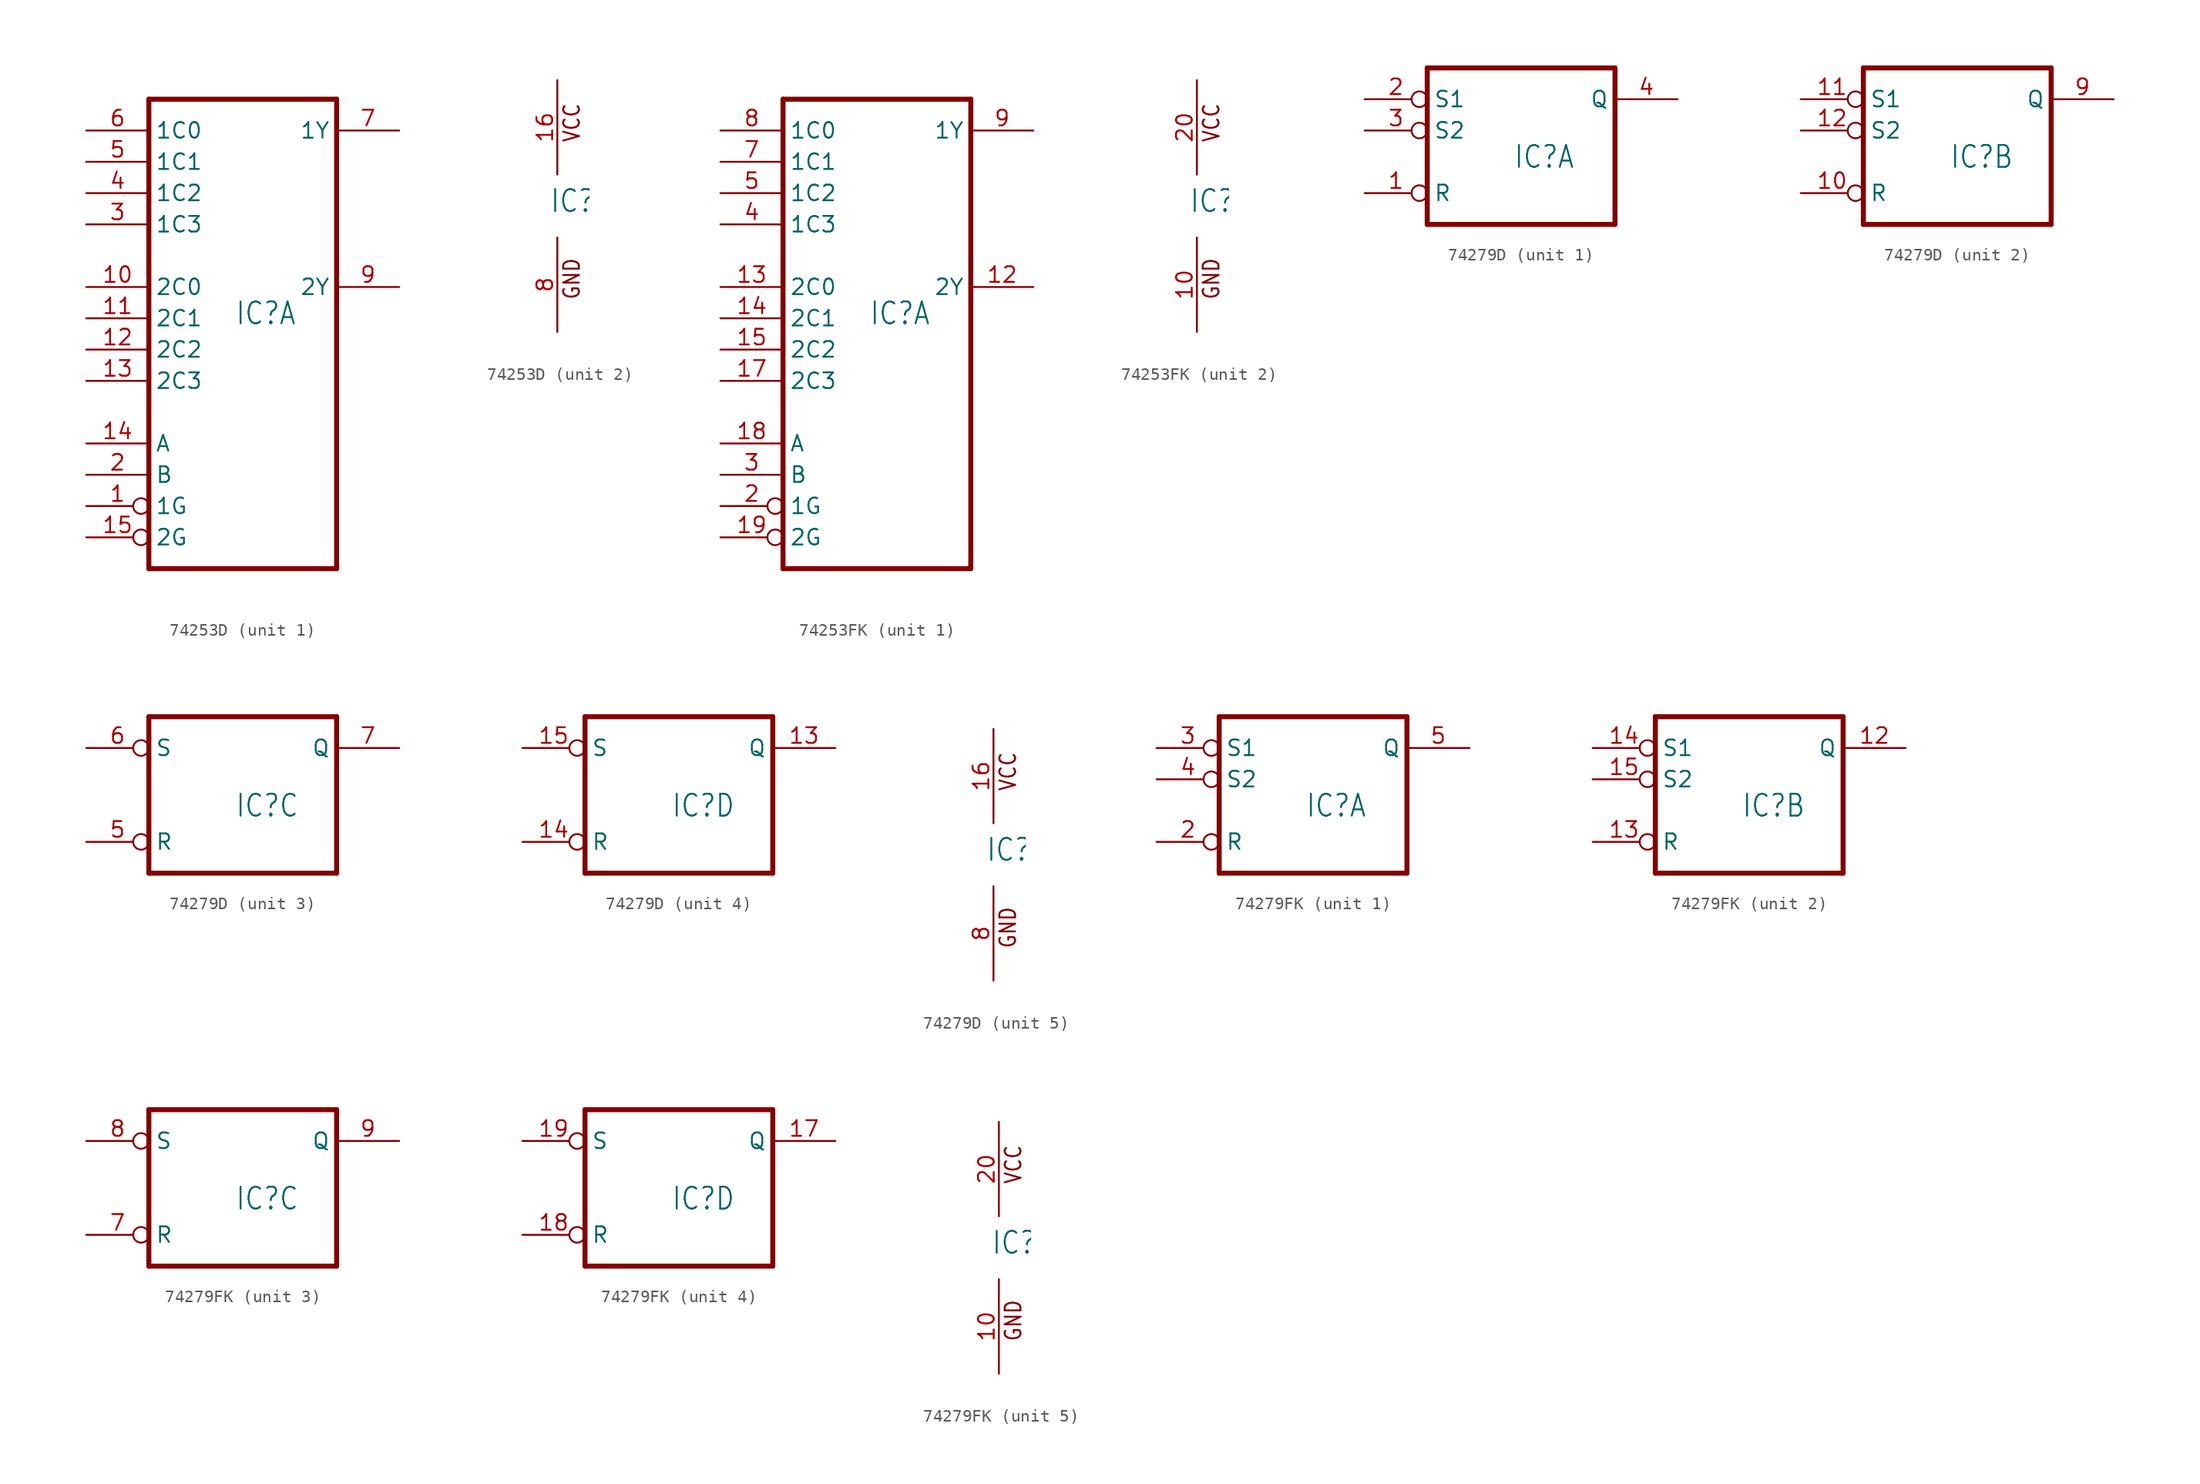
<source format=kicad_sym>
(kicad_symbol_lib
  (version 20231120)
  (generator "kicad_symbol_editor")
  (generator_version "8.0")
  (symbol "74253D"
    (property "Reference" "IC"
      (at -0.635 -0.635 0)
      (effects (font (size 1.778 1.511)) (justify left bottom)))
    (property "ki_locked" ""
      (at 0 0 0)
      (effects (font (size 1.27 1.27))))
    (symbol "74253D_1_0"
      (polyline (pts (xy -7.62 -20.32) (xy 7.62 -20.32)) (stroke (width 0.406) (type solid)) (fill (type none)))
      (polyline (pts (xy -7.62 17.78) (xy -7.62 -20.32)) (stroke (width 0.406) (type solid)) (fill (type none)))
      (polyline (pts (xy 7.62 -20.32) (xy 7.62 17.78)) (stroke (width 0.406) (type solid)) (fill (type none)))
      (polyline (pts (xy 7.62 17.78) (xy -7.62 17.78)) (stroke (width 0.406) (type solid)) (fill (type none)))
      (pin input inverted (at -12.7 -15.24 0) (length 5.08) (name "1G" (effects (font (size 1.27 1.27)))) (number "1" (effects (font (size 1.27 1.27)))))
      (pin input line (at -12.7 2.54 0) (length 5.08) (name "2C0" (effects (font (size 1.27 1.27)))) (number "10" (effects (font (size 1.27 1.27)))))
      (pin input line (at -12.7 0 0) (length 5.08) (name "2C1" (effects (font (size 1.27 1.27)))) (number "11" (effects (font (size 1.27 1.27)))))
      (pin input line (at -12.7 -2.54 0) (length 5.08) (name "2C2" (effects (font (size 1.27 1.27)))) (number "12" (effects (font (size 1.27 1.27)))))
      (pin input line (at -12.7 -5.08 0) (length 5.08) (name "2C3" (effects (font (size 1.27 1.27)))) (number "13" (effects (font (size 1.27 1.27)))))
      (pin input line (at -12.7 -10.16 0) (length 5.08) (name "A" (effects (font (size 1.27 1.27)))) (number "14" (effects (font (size 1.27 1.27)))))
      (pin input inverted (at -12.7 -17.78 0) (length 5.08) (name "2G" (effects (font (size 1.27 1.27)))) (number "15" (effects (font (size 1.27 1.27)))))
      (pin input line (at -12.7 -12.7 0) (length 5.08) (name "B" (effects (font (size 1.27 1.27)))) (number "2" (effects (font (size 1.27 1.27)))))
      (pin input line (at -12.7 7.62 0) (length 5.08) (name "1C3" (effects (font (size 1.27 1.27)))) (number "3" (effects (font (size 1.27 1.27)))))
      (pin input line (at -12.7 10.16 0) (length 5.08) (name "1C2" (effects (font (size 1.27 1.27)))) (number "4" (effects (font (size 1.27 1.27)))))
      (pin input line (at -12.7 12.7 0) (length 5.08) (name "1C1" (effects (font (size 1.27 1.27)))) (number "5" (effects (font (size 1.27 1.27)))))
      (pin input line (at -12.7 15.24 0) (length 5.08) (name "1C0" (effects (font (size 1.27 1.27)))) (number "6" (effects (font (size 1.27 1.27)))))
      (pin tri_state line (at 12.7 15.24 180) (length 5.08) (name "1Y" (effects (font (size 1.27 1.27)))) (number "7" (effects (font (size 1.27 1.27)))))
      (pin tri_state line (at 12.7 2.54 180) (length 5.08) (name "2Y" (effects (font (size 1.27 1.27)))) (number "9" (effects (font (size 1.27 1.27))))))
    (symbol "74253D_2_0"
      (text "GND" (at 1.905 -7.62 900) (effects (font (size 1.27 1.079)) (justify left bottom)))
      (text "VCC" (at 1.905 5.08 900) (effects (font (size 1.27 1.079)) (justify left bottom)))
      (pin power_in line (at 0 10.16 270) (length 7.62) (name "VCC" (effects (font (size 0 0)))) (number "16" (effects (font (size 1.27 1.27)))))
      (pin power_in line (at 0 -10.16 90) (length 7.62) (name "GND" (effects (font (size 0 0)))) (number "8" (effects (font (size 1.27 1.27)))))))
  (symbol "74253FK"
    (property "Reference" "IC"
      (at -0.635 -0.635 0)
      (effects (font (size 1.778 1.511)) (justify left bottom)))
    (property "ki_locked" ""
      (at 0 0 0)
      (effects (font (size 1.27 1.27))))
    (symbol "74253FK_1_0"
      (polyline (pts (xy -7.62 -20.32) (xy 7.62 -20.32)) (stroke (width 0.406) (type solid)) (fill (type none)))
      (polyline (pts (xy -7.62 17.78) (xy -7.62 -20.32)) (stroke (width 0.406) (type solid)) (fill (type none)))
      (polyline (pts (xy 7.62 -20.32) (xy 7.62 17.78)) (stroke (width 0.406) (type solid)) (fill (type none)))
      (polyline (pts (xy 7.62 17.78) (xy -7.62 17.78)) (stroke (width 0.406) (type solid)) (fill (type none)))
      (pin tri_state line (at 12.7 2.54 180) (length 5.08) (name "2Y" (effects (font (size 1.27 1.27)))) (number "12" (effects (font (size 1.27 1.27)))))
      (pin input line (at -12.7 2.54 0) (length 5.08) (name "2C0" (effects (font (size 1.27 1.27)))) (number "13" (effects (font (size 1.27 1.27)))))
      (pin input line (at -12.7 0 0) (length 5.08) (name "2C1" (effects (font (size 1.27 1.27)))) (number "14" (effects (font (size 1.27 1.27)))))
      (pin input line (at -12.7 -2.54 0) (length 5.08) (name "2C2" (effects (font (size 1.27 1.27)))) (number "15" (effects (font (size 1.27 1.27)))))
      (pin input line (at -12.7 -5.08 0) (length 5.08) (name "2C3" (effects (font (size 1.27 1.27)))) (number "17" (effects (font (size 1.27 1.27)))))
      (pin input line (at -12.7 -10.16 0) (length 5.08) (name "A" (effects (font (size 1.27 1.27)))) (number "18" (effects (font (size 1.27 1.27)))))
      (pin input inverted (at -12.7 -17.78 0) (length 5.08) (name "2G" (effects (font (size 1.27 1.27)))) (number "19" (effects (font (size 1.27 1.27)))))
      (pin input inverted (at -12.7 -15.24 0) (length 5.08) (name "1G" (effects (font (size 1.27 1.27)))) (number "2" (effects (font (size 1.27 1.27)))))
      (pin input line (at -12.7 -12.7 0) (length 5.08) (name "B" (effects (font (size 1.27 1.27)))) (number "3" (effects (font (size 1.27 1.27)))))
      (pin input line (at -12.7 7.62 0) (length 5.08) (name "1C3" (effects (font (size 1.27 1.27)))) (number "4" (effects (font (size 1.27 1.27)))))
      (pin input line (at -12.7 10.16 0) (length 5.08) (name "1C2" (effects (font (size 1.27 1.27)))) (number "5" (effects (font (size 1.27 1.27)))))
      (pin input line (at -12.7 12.7 0) (length 5.08) (name "1C1" (effects (font (size 1.27 1.27)))) (number "7" (effects (font (size 1.27 1.27)))))
      (pin input line (at -12.7 15.24 0) (length 5.08) (name "1C0" (effects (font (size 1.27 1.27)))) (number "8" (effects (font (size 1.27 1.27)))))
      (pin tri_state line (at 12.7 15.24 180) (length 5.08) (name "1Y" (effects (font (size 1.27 1.27)))) (number "9" (effects (font (size 1.27 1.27))))))
    (symbol "74253FK_2_0"
      (text "GND" (at 1.905 -7.62 900) (effects (font (size 1.27 1.079)) (justify left bottom)))
      (text "VCC" (at 1.905 5.08 900) (effects (font (size 1.27 1.079)) (justify left bottom)))
      (pin power_in line (at 0 -10.16 90) (length 7.62) (name "GND" (effects (font (size 0 0)))) (number "10" (effects (font (size 1.27 1.27)))))
      (pin power_in line (at 0 10.16 270) (length 7.62) (name "VCC" (effects (font (size 0 0)))) (number "20" (effects (font (size 1.27 1.27)))))))
  (symbol "74279D"
    (property "Reference" "IC"
      (at -0.635 -0.635 0)
      (effects (font (size 1.778 1.511)) (justify left bottom)))
    (property "ki_locked" ""
      (at 0 0 0)
      (effects (font (size 1.27 1.27))))
    (symbol "74279D_1_0"
      (polyline (pts (xy -7.62 -5.08) (xy 7.62 -5.08)) (stroke (width 0.406) (type solid)) (fill (type none)))
      (polyline (pts (xy -7.62 7.62) (xy -7.62 -5.08)) (stroke (width 0.406) (type solid)) (fill (type none)))
      (polyline (pts (xy 7.62 -5.08) (xy 7.62 7.62)) (stroke (width 0.406) (type solid)) (fill (type none)))
      (polyline (pts (xy 7.62 7.62) (xy -7.62 7.62)) (stroke (width 0.406) (type solid)) (fill (type none)))
      (pin input inverted (at -12.7 -2.54 0) (length 5.08) (name "R" (effects (font (size 1.27 1.27)))) (number "1" (effects (font (size 1.27 1.27)))))
      (pin input inverted (at -12.7 5.08 0) (length 5.08) (name "S1" (effects (font (size 1.27 1.27)))) (number "2" (effects (font (size 1.27 1.27)))))
      (pin input inverted (at -12.7 2.54 0) (length 5.08) (name "S2" (effects (font (size 1.27 1.27)))) (number "3" (effects (font (size 1.27 1.27)))))
      (pin output line (at 12.7 5.08 180) (length 5.08) (name "Q" (effects (font (size 1.27 1.27)))) (number "4" (effects (font (size 1.27 1.27))))))
    (symbol "74279D_2_0"
      (polyline (pts (xy -7.62 -5.08) (xy 7.62 -5.08)) (stroke (width 0.406) (type solid)) (fill (type none)))
      (polyline (pts (xy -7.62 7.62) (xy -7.62 -5.08)) (stroke (width 0.406) (type solid)) (fill (type none)))
      (polyline (pts (xy 7.62 -5.08) (xy 7.62 7.62)) (stroke (width 0.406) (type solid)) (fill (type none)))
      (polyline (pts (xy 7.62 7.62) (xy -7.62 7.62)) (stroke (width 0.406) (type solid)) (fill (type none)))
      (pin input inverted (at -12.7 -2.54 0) (length 5.08) (name "R" (effects (font (size 1.27 1.27)))) (number "10" (effects (font (size 1.27 1.27)))))
      (pin input inverted (at -12.7 5.08 0) (length 5.08) (name "S1" (effects (font (size 1.27 1.27)))) (number "11" (effects (font (size 1.27 1.27)))))
      (pin input inverted (at -12.7 2.54 0) (length 5.08) (name "S2" (effects (font (size 1.27 1.27)))) (number "12" (effects (font (size 1.27 1.27)))))
      (pin output line (at 12.7 5.08 180) (length 5.08) (name "Q" (effects (font (size 1.27 1.27)))) (number "9" (effects (font (size 1.27 1.27))))))
    (symbol "74279D_3_0"
      (polyline (pts (xy -7.62 -5.08) (xy 7.62 -5.08)) (stroke (width 0.406) (type solid)) (fill (type none)))
      (polyline (pts (xy -7.62 7.62) (xy -7.62 -5.08)) (stroke (width 0.406) (type solid)) (fill (type none)))
      (polyline (pts (xy 7.62 -5.08) (xy 7.62 7.62)) (stroke (width 0.406) (type solid)) (fill (type none)))
      (polyline (pts (xy 7.62 7.62) (xy -7.62 7.62)) (stroke (width 0.406) (type solid)) (fill (type none)))
      (pin input inverted (at -12.7 -2.54 0) (length 5.08) (name "R" (effects (font (size 1.27 1.27)))) (number "5" (effects (font (size 1.27 1.27)))))
      (pin input inverted (at -12.7 5.08 0) (length 5.08) (name "S" (effects (font (size 1.27 1.27)))) (number "6" (effects (font (size 1.27 1.27)))))
      (pin output line (at 12.7 5.08 180) (length 5.08) (name "Q" (effects (font (size 1.27 1.27)))) (number "7" (effects (font (size 1.27 1.27))))))
    (symbol "74279D_4_0"
      (polyline (pts (xy -7.62 -5.08) (xy 7.62 -5.08)) (stroke (width 0.406) (type solid)) (fill (type none)))
      (polyline (pts (xy -7.62 7.62) (xy -7.62 -5.08)) (stroke (width 0.406) (type solid)) (fill (type none)))
      (polyline (pts (xy 7.62 -5.08) (xy 7.62 7.62)) (stroke (width 0.406) (type solid)) (fill (type none)))
      (polyline (pts (xy 7.62 7.62) (xy -7.62 7.62)) (stroke (width 0.406) (type solid)) (fill (type none)))
      (pin output line (at 12.7 5.08 180) (length 5.08) (name "Q" (effects (font (size 1.27 1.27)))) (number "13" (effects (font (size 1.27 1.27)))))
      (pin input inverted (at -12.7 -2.54 0) (length 5.08) (name "R" (effects (font (size 1.27 1.27)))) (number "14" (effects (font (size 1.27 1.27)))))
      (pin input inverted (at -12.7 5.08 0) (length 5.08) (name "S" (effects (font (size 1.27 1.27)))) (number "15" (effects (font (size 1.27 1.27))))))
    (symbol "74279D_5_0"
      (text "GND" (at 1.905 -7.62 900) (effects (font (size 1.27 1.079)) (justify left bottom)))
      (text "VCC" (at 1.905 5.08 900) (effects (font (size 1.27 1.079)) (justify left bottom)))
      (pin power_in line (at 0 10.16 270) (length 7.62) (name "VCC" (effects (font (size 0 0)))) (number "16" (effects (font (size 1.27 1.27)))))
      (pin power_in line (at 0 -10.16 90) (length 7.62) (name "GND" (effects (font (size 0 0)))) (number "8" (effects (font (size 1.27 1.27)))))))
  (symbol "74279FK"
    (property "Reference" "IC"
      (at -0.635 -0.635 0)
      (effects (font (size 1.778 1.511)) (justify left bottom)))
    (property "ki_locked" ""
      (at 0 0 0)
      (effects (font (size 1.27 1.27))))
    (symbol "74279FK_1_0"
      (polyline (pts (xy -7.62 -5.08) (xy 7.62 -5.08)) (stroke (width 0.406) (type solid)) (fill (type none)))
      (polyline (pts (xy -7.62 7.62) (xy -7.62 -5.08)) (stroke (width 0.406) (type solid)) (fill (type none)))
      (polyline (pts (xy 7.62 -5.08) (xy 7.62 7.62)) (stroke (width 0.406) (type solid)) (fill (type none)))
      (polyline (pts (xy 7.62 7.62) (xy -7.62 7.62)) (stroke (width 0.406) (type solid)) (fill (type none)))
      (pin input inverted (at -12.7 -2.54 0) (length 5.08) (name "R" (effects (font (size 1.27 1.27)))) (number "2" (effects (font (size 1.27 1.27)))))
      (pin input inverted (at -12.7 5.08 0) (length 5.08) (name "S1" (effects (font (size 1.27 1.27)))) (number "3" (effects (font (size 1.27 1.27)))))
      (pin input inverted (at -12.7 2.54 0) (length 5.08) (name "S2" (effects (font (size 1.27 1.27)))) (number "4" (effects (font (size 1.27 1.27)))))
      (pin output line (at 12.7 5.08 180) (length 5.08) (name "Q" (effects (font (size 1.27 1.27)))) (number "5" (effects (font (size 1.27 1.27))))))
    (symbol "74279FK_2_0"
      (polyline (pts (xy -7.62 -5.08) (xy 7.62 -5.08)) (stroke (width 0.406) (type solid)) (fill (type none)))
      (polyline (pts (xy -7.62 7.62) (xy -7.62 -5.08)) (stroke (width 0.406) (type solid)) (fill (type none)))
      (polyline (pts (xy 7.62 -5.08) (xy 7.62 7.62)) (stroke (width 0.406) (type solid)) (fill (type none)))
      (polyline (pts (xy 7.62 7.62) (xy -7.62 7.62)) (stroke (width 0.406) (type solid)) (fill (type none)))
      (pin output line (at 12.7 5.08 180) (length 5.08) (name "Q" (effects (font (size 1.27 1.27)))) (number "12" (effects (font (size 1.27 1.27)))))
      (pin input inverted (at -12.7 -2.54 0) (length 5.08) (name "R" (effects (font (size 1.27 1.27)))) (number "13" (effects (font (size 1.27 1.27)))))
      (pin input inverted (at -12.7 5.08 0) (length 5.08) (name "S1" (effects (font (size 1.27 1.27)))) (number "14" (effects (font (size 1.27 1.27)))))
      (pin input inverted (at -12.7 2.54 0) (length 5.08) (name "S2" (effects (font (size 1.27 1.27)))) (number "15" (effects (font (size 1.27 1.27))))))
    (symbol "74279FK_3_0"
      (polyline (pts (xy -7.62 -5.08) (xy 7.62 -5.08)) (stroke (width 0.406) (type solid)) (fill (type none)))
      (polyline (pts (xy -7.62 7.62) (xy -7.62 -5.08)) (stroke (width 0.406) (type solid)) (fill (type none)))
      (polyline (pts (xy 7.62 -5.08) (xy 7.62 7.62)) (stroke (width 0.406) (type solid)) (fill (type none)))
      (polyline (pts (xy 7.62 7.62) (xy -7.62 7.62)) (stroke (width 0.406) (type solid)) (fill (type none)))
      (pin input inverted (at -12.7 -2.54 0) (length 5.08) (name "R" (effects (font (size 1.27 1.27)))) (number "7" (effects (font (size 1.27 1.27)))))
      (pin input inverted (at -12.7 5.08 0) (length 5.08) (name "S" (effects (font (size 1.27 1.27)))) (number "8" (effects (font (size 1.27 1.27)))))
      (pin output line (at 12.7 5.08 180) (length 5.08) (name "Q" (effects (font (size 1.27 1.27)))) (number "9" (effects (font (size 1.27 1.27))))))
    (symbol "74279FK_4_0"
      (polyline (pts (xy -7.62 -5.08) (xy 7.62 -5.08)) (stroke (width 0.406) (type solid)) (fill (type none)))
      (polyline (pts (xy -7.62 7.62) (xy -7.62 -5.08)) (stroke (width 0.406) (type solid)) (fill (type none)))
      (polyline (pts (xy 7.62 -5.08) (xy 7.62 7.62)) (stroke (width 0.406) (type solid)) (fill (type none)))
      (polyline (pts (xy 7.62 7.62) (xy -7.62 7.62)) (stroke (width 0.406) (type solid)) (fill (type none)))
      (pin output line (at 12.7 5.08 180) (length 5.08) (name "Q" (effects (font (size 1.27 1.27)))) (number "17" (effects (font (size 1.27 1.27)))))
      (pin input inverted (at -12.7 -2.54 0) (length 5.08) (name "R" (effects (font (size 1.27 1.27)))) (number "18" (effects (font (size 1.27 1.27)))))
      (pin input inverted (at -12.7 5.08 0) (length 5.08) (name "S" (effects (font (size 1.27 1.27)))) (number "19" (effects (font (size 1.27 1.27))))))
    (symbol "74279FK_5_0"
      (text "GND" (at 1.905 -7.62 900) (effects (font (size 1.27 1.079)) (justify left bottom)))
      (text "VCC" (at 1.905 5.08 900) (effects (font (size 1.27 1.079)) (justify left bottom)))
      (pin power_in line (at 0 -10.16 90) (length 7.62) (name "GND" (effects (font (size 0 0)))) (number "10" (effects (font (size 1.27 1.27)))))
      (pin power_in line (at 0 10.16 270) (length 7.62) (name "VCC" (effects (font (size 0 0)))) (number "20" (effects (font (size 1.27 1.27))))))))
</source>
